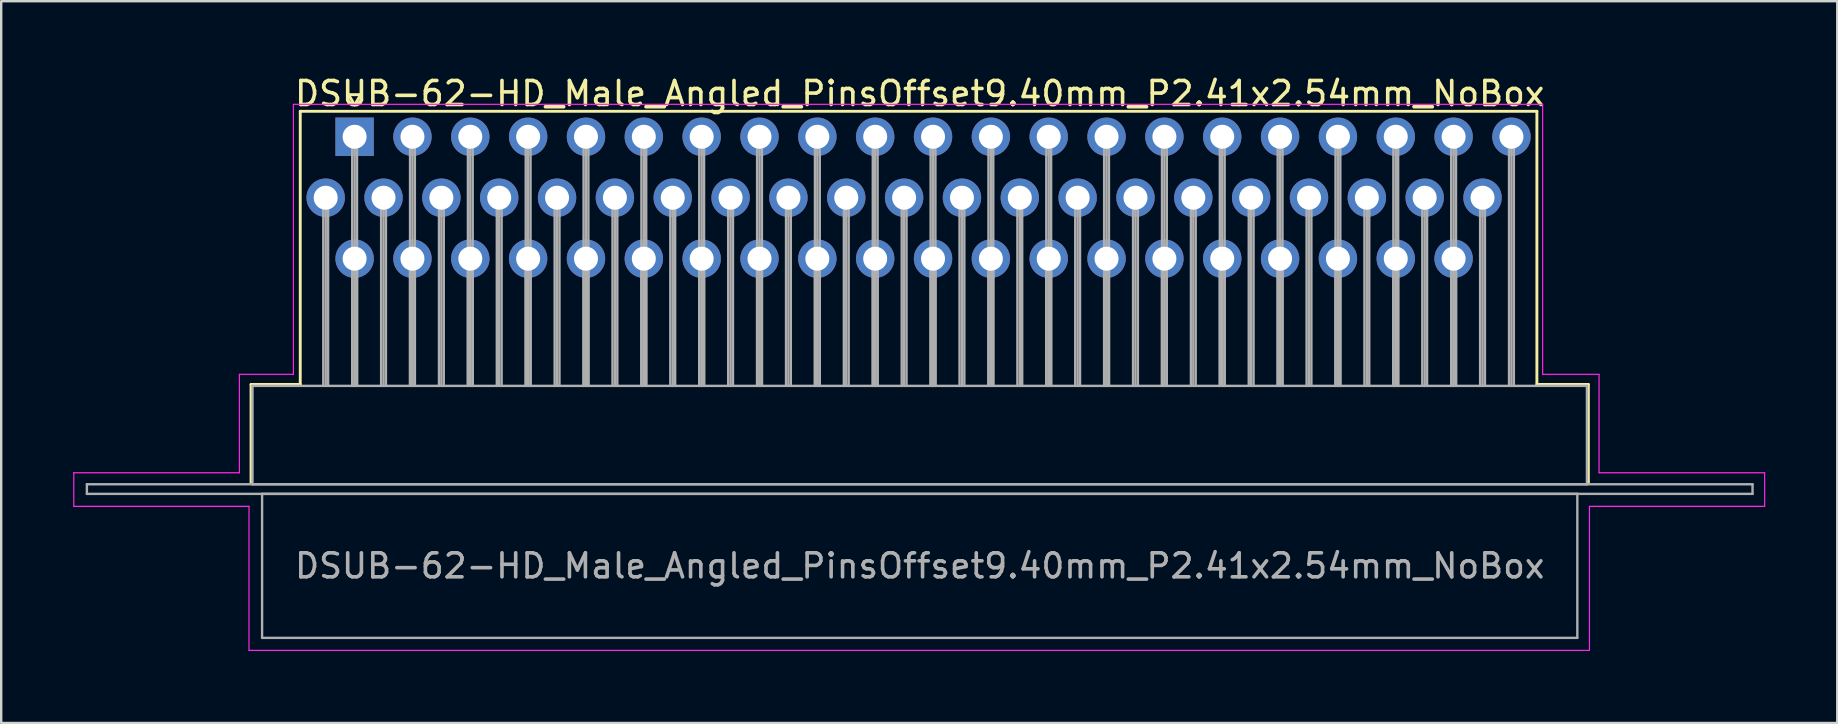
<source format=kicad_pcb>
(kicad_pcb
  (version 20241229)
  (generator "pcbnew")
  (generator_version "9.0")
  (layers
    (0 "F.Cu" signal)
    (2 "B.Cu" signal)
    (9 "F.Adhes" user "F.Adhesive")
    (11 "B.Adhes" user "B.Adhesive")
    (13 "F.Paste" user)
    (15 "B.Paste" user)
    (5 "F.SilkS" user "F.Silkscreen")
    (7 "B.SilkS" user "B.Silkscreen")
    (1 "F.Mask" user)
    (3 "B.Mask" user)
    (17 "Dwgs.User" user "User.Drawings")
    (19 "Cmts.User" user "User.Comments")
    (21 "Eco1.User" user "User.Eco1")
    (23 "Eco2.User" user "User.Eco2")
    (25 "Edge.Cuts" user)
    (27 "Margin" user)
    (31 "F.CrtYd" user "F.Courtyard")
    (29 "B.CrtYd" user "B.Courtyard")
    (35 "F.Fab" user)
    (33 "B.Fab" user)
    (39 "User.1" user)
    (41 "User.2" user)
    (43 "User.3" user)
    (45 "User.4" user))
  (footprint "DSUB-62-HD_Male_Angled_PinsOffset9.40mm_P2.41x2.54mm_NoBox"
    (layer "F.Cu")
    (at 11.725 2.648)
    (property "Reference" "DSUB-62-HD_Male_Angled_PinsOffset9.40mm_P2.41x2.54mm_NoBox" (at 23.545 -1.8 0) (layer "F.SilkS") (effects (font (size 1 1) (thickness 0.15))))
    (attr through_hole)
    (fp_line (start -4.315 10.32) (end -2.265 10.32) (stroke (width 0.12) (type solid)) (layer "F.SilkS"))
    (fp_line (start -4.315 14.42) (end -4.315 10.32) (stroke (width 0.12) (type solid)) (layer "F.SilkS"))
    (fp_line (start -2.265 -1.06) (end 49.26 -1.06) (stroke (width 0.12) (type solid)) (layer "F.SilkS"))
    (fp_line (start -2.265 10.32) (end -2.265 -1.06) (stroke (width 0.12) (type solid)) (layer "F.SilkS"))
    (fp_line (start -0.25 -1.754) (end 0.25 -1.754) (stroke (width 0.12) (type solid)) (layer "F.SilkS"))
    (fp_line (start 0 -1.321) (end -0.25 -1.754) (stroke (width 0.12) (type solid)) (layer "F.SilkS"))
    (fp_line (start 0.25 -1.754) (end 0 -1.321) (stroke (width 0.12) (type solid)) (layer "F.SilkS"))
    (fp_line (start 49.26 -1.06) (end 49.26 10.32) (stroke (width 0.12) (type solid)) (layer "F.SilkS"))
    (fp_line (start 49.26 10.32) (end 51.405 10.32) (stroke (width 0.12) (type solid)) (layer "F.SilkS"))
    (fp_line (start 51.405 10.32) (end 51.405 14.42) (stroke (width 0.12) (type solid)) (layer "F.SilkS"))
    (fp_line (start -11.7 14) (end -4.8 14) (stroke (width 0.05) (type solid)) (layer "F.CrtYd"))
    (fp_line (start -11.7 15.4) (end -11.7 14) (stroke (width 0.05) (type solid)) (layer "F.CrtYd"))
    (fp_line (start -4.8 9.9) (end -2.55 9.9) (stroke (width 0.05) (type solid)) (layer "F.CrtYd"))
    (fp_line (start -4.8 14) (end -4.8 9.9) (stroke (width 0.05) (type solid)) (layer "F.CrtYd"))
    (fp_line (start -4.4 15.4) (end -11.7 15.4) (stroke (width 0.05) (type solid)) (layer "F.CrtYd"))
    (fp_line (start -4.4 21.4) (end -4.4 15.4) (stroke (width 0.05) (type solid)) (layer "F.CrtYd"))
    (fp_line (start -2.55 -1.35) (end 49.5 -1.35) (stroke (width 0.05) (type solid)) (layer "F.CrtYd"))
    (fp_line (start -2.55 9.9) (end -2.55 -1.35) (stroke (width 0.05) (type solid)) (layer "F.CrtYd"))
    (fp_line (start 49.5 -1.35) (end 49.5 9.9) (stroke (width 0.05) (type solid)) (layer "F.CrtYd"))
    (fp_line (start 49.5 9.9) (end 51.85 9.9) (stroke (width 0.05) (type solid)) (layer "F.CrtYd"))
    (fp_line (start 51.45 15.4) (end 51.45 21.4) (stroke (width 0.05) (type solid)) (layer "F.CrtYd"))
    (fp_line (start 51.45 21.4) (end -4.4 21.4) (stroke (width 0.05) (type solid)) (layer "F.CrtYd"))
    (fp_line (start 51.85 9.9) (end 51.85 14) (stroke (width 0.05) (type solid)) (layer "F.CrtYd"))
    (fp_line (start 51.85 14) (end 58.75 14) (stroke (width 0.05) (type solid)) (layer "F.CrtYd"))
    (fp_line (start 58.75 14) (end 58.75 15.4) (stroke (width 0.05) (type solid)) (layer "F.CrtYd"))
    (fp_line (start 58.75 15.4) (end 51.45 15.4) (stroke (width 0.05) (type solid)) (layer "F.CrtYd"))
    (fp_line (start -11.155 14.48) (end -11.155 14.88) (stroke (width 0.1) (type solid)) (layer "F.Fab"))
    (fp_line (start -11.155 14.88) (end 58.245 14.88) (stroke (width 0.1) (type solid)) (layer "F.Fab"))
    (fp_line (start -4.255 10.38) (end -4.255 14.48) (stroke (width 0.1) (type solid)) (layer "F.Fab"))
    (fp_line (start -4.255 14.48) (end 51.345 14.48) (stroke (width 0.1) (type solid)) (layer "F.Fab"))
    (fp_line (start -3.855 14.88) (end -3.855 20.88) (stroke (width 0.1) (type solid)) (layer "F.Fab"))
    (fp_line (start -3.855 20.88) (end 50.945 20.88) (stroke (width 0.1) (type solid)) (layer "F.Fab"))
    (fp_line (start -1.305 2.54) (end -1.305 10.38) (stroke (width 0.1) (type solid)) (layer "F.Fab"))
    (fp_line (start -1.205 2.54) (end -1.205 10.38) (stroke (width 0.1) (type solid)) (layer "F.Fab"))
    (fp_line (start -1.105 2.54) (end -1.105 10.38) (stroke (width 0.1) (type solid)) (layer "F.Fab"))
    (fp_line (start -0.1 0) (end -0.1 10.38) (stroke (width 0.1) (type solid)) (layer "F.Fab"))
    (fp_line (start -0.1 5.08) (end -0.1 10.38) (stroke (width 0.1) (type solid)) (layer "F.Fab"))
    (fp_line (start 0 0) (end 0 10.38) (stroke (width 0.1) (type solid)) (layer "F.Fab"))
    (fp_line (start 0 5.08) (end 0 10.38) (stroke (width 0.1) (type solid)) (layer "F.Fab"))
    (fp_line (start 0.1 0) (end 0.1 10.38) (stroke (width 0.1) (type solid)) (layer "F.Fab"))
    (fp_line (start 0.1 5.08) (end 0.1 10.38) (stroke (width 0.1) (type solid)) (layer "F.Fab"))
    (fp_line (start 1.105 2.54) (end 1.105 10.38) (stroke (width 0.1) (type solid)) (layer "F.Fab"))
    (fp_line (start 1.205 2.54) (end 1.205 10.38) (stroke (width 0.1) (type solid)) (layer "F.Fab"))
    (fp_line (start 1.305 2.54) (end 1.305 10.38) (stroke (width 0.1) (type solid)) (layer "F.Fab"))
    (fp_line (start 2.31 0) (end 2.31 10.38) (stroke (width 0.1) (type solid)) (layer "F.Fab"))
    (fp_line (start 2.31 5.08) (end 2.31 10.38) (stroke (width 0.1) (type solid)) (layer "F.Fab"))
    (fp_line (start 2.41 0) (end 2.41 10.38) (stroke (width 0.1) (type solid)) (layer "F.Fab"))
    (fp_line (start 2.41 5.08) (end 2.41 10.38) (stroke (width 0.1) (type solid)) (layer "F.Fab"))
    (fp_line (start 2.51 0) (end 2.51 10.38) (stroke (width 0.1) (type solid)) (layer "F.Fab"))
    (fp_line (start 2.51 5.08) (end 2.51 10.38) (stroke (width 0.1) (type solid)) (layer "F.Fab"))
    (fp_line (start 3.515 2.54) (end 3.515 10.38) (stroke (width 0.1) (type solid)) (layer "F.Fab"))
    (fp_line (start 3.615 2.54) (end 3.615 10.38) (stroke (width 0.1) (type solid)) (layer "F.Fab"))
    (fp_line (start 3.715 2.54) (end 3.715 10.38) (stroke (width 0.1) (type solid)) (layer "F.Fab"))
    (fp_line (start 4.72 0) (end 4.72 10.38) (stroke (width 0.1) (type solid)) (layer "F.Fab"))
    (fp_line (start 4.72 5.08) (end 4.72 10.38) (stroke (width 0.1) (type solid)) (layer "F.Fab"))
    (fp_line (start 4.82 0) (end 4.82 10.38) (stroke (width 0.1) (type solid)) (layer "F.Fab"))
    (fp_line (start 4.82 5.08) (end 4.82 10.38) (stroke (width 0.1) (type solid)) (layer "F.Fab"))
    (fp_line (start 4.92 0) (end 4.92 10.38) (stroke (width 0.1) (type solid)) (layer "F.Fab"))
    (fp_line (start 4.92 5.08) (end 4.92 10.38) (stroke (width 0.1) (type solid)) (layer "F.Fab"))
    (fp_line (start 5.925 2.54) (end 5.925 10.38) (stroke (width 0.1) (type solid)) (layer "F.Fab"))
    (fp_line (start 6.025 2.54) (end 6.025 10.38) (stroke (width 0.1) (type solid)) (layer "F.Fab"))
    (fp_line (start 6.125 2.54) (end 6.125 10.38) (stroke (width 0.1) (type solid)) (layer "F.Fab"))
    (fp_line (start 7.13 0) (end 7.13 10.38) (stroke (width 0.1) (type solid)) (layer "F.Fab"))
    (fp_line (start 7.13 5.08) (end 7.13 10.38) (stroke (width 0.1) (type solid)) (layer "F.Fab"))
    (fp_line (start 7.23 0) (end 7.23 10.38) (stroke (width 0.1) (type solid)) (layer "F.Fab"))
    (fp_line (start 7.23 5.08) (end 7.23 10.38) (stroke (width 0.1) (type solid)) (layer "F.Fab"))
    (fp_line (start 7.33 0) (end 7.33 10.38) (stroke (width 0.1) (type solid)) (layer "F.Fab"))
    (fp_line (start 7.33 5.08) (end 7.33 10.38) (stroke (width 0.1) (type solid)) (layer "F.Fab"))
    (fp_line (start 8.335 2.54) (end 8.335 10.38) (stroke (width 0.1) (type solid)) (layer "F.Fab"))
    (fp_line (start 8.435 2.54) (end 8.435 10.38) (stroke (width 0.1) (type solid)) (layer "F.Fab"))
    (fp_line (start 8.535 2.54) (end 8.535 10.38) (stroke (width 0.1) (type solid)) (layer "F.Fab"))
    (fp_line (start 9.54 0) (end 9.54 10.38) (stroke (width 0.1) (type solid)) (layer "F.Fab"))
    (fp_line (start 9.54 5.08) (end 9.54 10.38) (stroke (width 0.1) (type solid)) (layer "F.Fab"))
    (fp_line (start 9.64 0) (end 9.64 10.38) (stroke (width 0.1) (type solid)) (layer "F.Fab"))
    (fp_line (start 9.64 5.08) (end 9.64 10.38) (stroke (width 0.1) (type solid)) (layer "F.Fab"))
    (fp_line (start 9.74 0) (end 9.74 10.38) (stroke (width 0.1) (type solid)) (layer "F.Fab"))
    (fp_line (start 9.74 5.08) (end 9.74 10.38) (stroke (width 0.1) (type solid)) (layer "F.Fab"))
    (fp_line (start 10.745 2.54) (end 10.745 10.38) (stroke (width 0.1) (type solid)) (layer "F.Fab"))
    (fp_line (start 10.845 2.54) (end 10.845 10.38) (stroke (width 0.1) (type solid)) (layer "F.Fab"))
    (fp_line (start 10.945 2.54) (end 10.945 10.38) (stroke (width 0.1) (type solid)) (layer "F.Fab"))
    (fp_line (start 11.95 0) (end 11.95 10.38) (stroke (width 0.1) (type solid)) (layer "F.Fab"))
    (fp_line (start 11.95 5.08) (end 11.95 10.38) (stroke (width 0.1) (type solid)) (layer "F.Fab"))
    (fp_line (start 12.05 0) (end 12.05 10.38) (stroke (width 0.1) (type solid)) (layer "F.Fab"))
    (fp_line (start 12.05 5.08) (end 12.05 10.38) (stroke (width 0.1) (type solid)) (layer "F.Fab"))
    (fp_line (start 12.15 0) (end 12.15 10.38) (stroke (width 0.1) (type solid)) (layer "F.Fab"))
    (fp_line (start 12.15 5.08) (end 12.15 10.38) (stroke (width 0.1) (type solid)) (layer "F.Fab"))
    (fp_line (start 13.155 2.54) (end 13.155 10.38) (stroke (width 0.1) (type solid)) (layer "F.Fab"))
    (fp_line (start 13.255 2.54) (end 13.255 10.38) (stroke (width 0.1) (type solid)) (layer "F.Fab"))
    (fp_line (start 13.355 2.54) (end 13.355 10.38) (stroke (width 0.1) (type solid)) (layer "F.Fab"))
    (fp_line (start 14.36 0) (end 14.36 10.38) (stroke (width 0.1) (type solid)) (layer "F.Fab"))
    (fp_line (start 14.36 5.08) (end 14.36 10.38) (stroke (width 0.1) (type solid)) (layer "F.Fab"))
    (fp_line (start 14.46 0) (end 14.46 10.38) (stroke (width 0.1) (type solid)) (layer "F.Fab"))
    (fp_line (start 14.46 5.08) (end 14.46 10.38) (stroke (width 0.1) (type solid)) (layer "F.Fab"))
    (fp_line (start 14.56 0) (end 14.56 10.38) (stroke (width 0.1) (type solid)) (layer "F.Fab"))
    (fp_line (start 14.56 5.08) (end 14.56 10.38) (stroke (width 0.1) (type solid)) (layer "F.Fab"))
    (fp_line (start 15.565 2.54) (end 15.565 10.38) (stroke (width 0.1) (type solid)) (layer "F.Fab"))
    (fp_line (start 15.665 2.54) (end 15.665 10.38) (stroke (width 0.1) (type solid)) (layer "F.Fab"))
    (fp_line (start 15.765 2.54) (end 15.765 10.38) (stroke (width 0.1) (type solid)) (layer "F.Fab"))
    (fp_line (start 16.77 0) (end 16.77 10.38) (stroke (width 0.1) (type solid)) (layer "F.Fab"))
    (fp_line (start 16.77 5.08) (end 16.77 10.38) (stroke (width 0.1) (type solid)) (layer "F.Fab"))
    (fp_line (start 16.87 0) (end 16.87 10.38) (stroke (width 0.1) (type solid)) (layer "F.Fab"))
    (fp_line (start 16.87 5.08) (end 16.87 10.38) (stroke (width 0.1) (type solid)) (layer "F.Fab"))
    (fp_line (start 16.97 0) (end 16.97 10.38) (stroke (width 0.1) (type solid)) (layer "F.Fab"))
    (fp_line (start 16.97 5.08) (end 16.97 10.38) (stroke (width 0.1) (type solid)) (layer "F.Fab"))
    (fp_line (start 17.975 2.54) (end 17.975 10.38) (stroke (width 0.1) (type solid)) (layer "F.Fab"))
    (fp_line (start 18.075 2.54) (end 18.075 10.38) (stroke (width 0.1) (type solid)) (layer "F.Fab"))
    (fp_line (start 18.175 2.54) (end 18.175 10.38) (stroke (width 0.1) (type solid)) (layer "F.Fab"))
    (fp_line (start 19.18 0) (end 19.18 10.38) (stroke (width 0.1) (type solid)) (layer "F.Fab"))
    (fp_line (start 19.18 5.08) (end 19.18 10.38) (stroke (width 0.1) (type solid)) (layer "F.Fab"))
    (fp_line (start 19.28 0) (end 19.28 10.38) (stroke (width 0.1) (type solid)) (layer "F.Fab"))
    (fp_line (start 19.28 5.08) (end 19.28 10.38) (stroke (width 0.1) (type solid)) (layer "F.Fab"))
    (fp_line (start 19.38 0) (end 19.38 10.38) (stroke (width 0.1) (type solid)) (layer "F.Fab"))
    (fp_line (start 19.38 5.08) (end 19.38 10.38) (stroke (width 0.1) (type solid)) (layer "F.Fab"))
    (fp_line (start 20.385 2.54) (end 20.385 10.38) (stroke (width 0.1) (type solid)) (layer "F.Fab"))
    (fp_line (start 20.485 2.54) (end 20.485 10.38) (stroke (width 0.1) (type solid)) (layer "F.Fab"))
    (fp_line (start 20.585 2.54) (end 20.585 10.38) (stroke (width 0.1) (type solid)) (layer "F.Fab"))
    (fp_line (start 21.59 0) (end 21.59 10.38) (stroke (width 0.1) (type solid)) (layer "F.Fab"))
    (fp_line (start 21.59 5.08) (end 21.59 10.38) (stroke (width 0.1) (type solid)) (layer "F.Fab"))
    (fp_line (start 21.69 0) (end 21.69 10.38) (stroke (width 0.1) (type solid)) (layer "F.Fab"))
    (fp_line (start 21.69 5.08) (end 21.69 10.38) (stroke (width 0.1) (type solid)) (layer "F.Fab"))
    (fp_line (start 21.79 0) (end 21.79 10.38) (stroke (width 0.1) (type solid)) (layer "F.Fab"))
    (fp_line (start 21.79 5.08) (end 21.79 10.38) (stroke (width 0.1) (type solid)) (layer "F.Fab"))
    (fp_line (start 22.795 2.54) (end 22.795 10.38) (stroke (width 0.1) (type solid)) (layer "F.Fab"))
    (fp_line (start 22.895 2.54) (end 22.895 10.38) (stroke (width 0.1) (type solid)) (layer "F.Fab"))
    (fp_line (start 22.995 2.54) (end 22.995 10.38) (stroke (width 0.1) (type solid)) (layer "F.Fab"))
    (fp_line (start 24 0) (end 24 10.38) (stroke (width 0.1) (type solid)) (layer "F.Fab"))
    (fp_line (start 24 5.08) (end 24 10.38) (stroke (width 0.1) (type solid)) (layer "F.Fab"))
    (fp_line (start 24.1 0) (end 24.1 10.38) (stroke (width 0.1) (type solid)) (layer "F.Fab"))
    (fp_line (start 24.1 5.08) (end 24.1 10.38) (stroke (width 0.1) (type solid)) (layer "F.Fab"))
    (fp_line (start 24.2 0) (end 24.2 10.38) (stroke (width 0.1) (type solid)) (layer "F.Fab"))
    (fp_line (start 24.2 5.08) (end 24.2 10.38) (stroke (width 0.1) (type solid)) (layer "F.Fab"))
    (fp_line (start 25.205 2.54) (end 25.205 10.38) (stroke (width 0.1) (type solid)) (layer "F.Fab"))
    (fp_line (start 25.305 2.54) (end 25.305 10.38) (stroke (width 0.1) (type solid)) (layer "F.Fab"))
    (fp_line (start 25.405 2.54) (end 25.405 10.38) (stroke (width 0.1) (type solid)) (layer "F.Fab"))
    (fp_line (start 26.41 0) (end 26.41 10.38) (stroke (width 0.1) (type solid)) (layer "F.Fab"))
    (fp_line (start 26.41 5.08) (end 26.41 10.38) (stroke (width 0.1) (type solid)) (layer "F.Fab"))
    (fp_line (start 26.51 0) (end 26.51 10.38) (stroke (width 0.1) (type solid)) (layer "F.Fab"))
    (fp_line (start 26.51 5.08) (end 26.51 10.38) (stroke (width 0.1) (type solid)) (layer "F.Fab"))
    (fp_line (start 26.61 0) (end 26.61 10.38) (stroke (width 0.1) (type solid)) (layer "F.Fab"))
    (fp_line (start 26.61 5.08) (end 26.61 10.38) (stroke (width 0.1) (type solid)) (layer "F.Fab"))
    (fp_line (start 27.615 2.54) (end 27.615 10.38) (stroke (width 0.1) (type solid)) (layer "F.Fab"))
    (fp_line (start 27.715 2.54) (end 27.715 10.38) (stroke (width 0.1) (type solid)) (layer "F.Fab"))
    (fp_line (start 27.815 2.54) (end 27.815 10.38) (stroke (width 0.1) (type solid)) (layer "F.Fab"))
    (fp_line (start 28.82 0) (end 28.82 10.38) (stroke (width 0.1) (type solid)) (layer "F.Fab"))
    (fp_line (start 28.82 5.08) (end 28.82 10.38) (stroke (width 0.1) (type solid)) (layer "F.Fab"))
    (fp_line (start 28.92 0) (end 28.92 10.38) (stroke (width 0.1) (type solid)) (layer "F.Fab"))
    (fp_line (start 28.92 5.08) (end 28.92 10.38) (stroke (width 0.1) (type solid)) (layer "F.Fab"))
    (fp_line (start 29.02 0) (end 29.02 10.38) (stroke (width 0.1) (type solid)) (layer "F.Fab"))
    (fp_line (start 29.02 5.08) (end 29.02 10.38) (stroke (width 0.1) (type solid)) (layer "F.Fab"))
    (fp_line (start 30.025 2.54) (end 30.025 10.38) (stroke (width 0.1) (type solid)) (layer "F.Fab"))
    (fp_line (start 30.125 2.54) (end 30.125 10.38) (stroke (width 0.1) (type solid)) (layer "F.Fab"))
    (fp_line (start 30.225 2.54) (end 30.225 10.38) (stroke (width 0.1) (type solid)) (layer "F.Fab"))
    (fp_line (start 31.23 0) (end 31.23 10.38) (stroke (width 0.1) (type solid)) (layer "F.Fab"))
    (fp_line (start 31.23 5.08) (end 31.23 10.38) (stroke (width 0.1) (type solid)) (layer "F.Fab"))
    (fp_line (start 31.33 0) (end 31.33 10.38) (stroke (width 0.1) (type solid)) (layer "F.Fab"))
    (fp_line (start 31.33 5.08) (end 31.33 10.38) (stroke (width 0.1) (type solid)) (layer "F.Fab"))
    (fp_line (start 31.43 0) (end 31.43 10.38) (stroke (width 0.1) (type solid)) (layer "F.Fab"))
    (fp_line (start 31.43 5.08) (end 31.43 10.38) (stroke (width 0.1) (type solid)) (layer "F.Fab"))
    (fp_line (start 32.435 2.54) (end 32.435 10.38) (stroke (width 0.1) (type solid)) (layer "F.Fab"))
    (fp_line (start 32.535 2.54) (end 32.535 10.38) (stroke (width 0.1) (type solid)) (layer "F.Fab"))
    (fp_line (start 32.635 2.54) (end 32.635 10.38) (stroke (width 0.1) (type solid)) (layer "F.Fab"))
    (fp_line (start 33.64 0) (end 33.64 10.38) (stroke (width 0.1) (type solid)) (layer "F.Fab"))
    (fp_line (start 33.64 5.08) (end 33.64 10.38) (stroke (width 0.1) (type solid)) (layer "F.Fab"))
    (fp_line (start 33.74 0) (end 33.74 10.38) (stroke (width 0.1) (type solid)) (layer "F.Fab"))
    (fp_line (start 33.74 5.08) (end 33.74 10.38) (stroke (width 0.1) (type solid)) (layer "F.Fab"))
    (fp_line (start 33.84 0) (end 33.84 10.38) (stroke (width 0.1) (type solid)) (layer "F.Fab"))
    (fp_line (start 33.84 5.08) (end 33.84 10.38) (stroke (width 0.1) (type solid)) (layer "F.Fab"))
    (fp_line (start 34.845 2.54) (end 34.845 10.38) (stroke (width 0.1) (type solid)) (layer "F.Fab"))
    (fp_line (start 34.945 2.54) (end 34.945 10.38) (stroke (width 0.1) (type solid)) (layer "F.Fab"))
    (fp_line (start 35.045 2.54) (end 35.045 10.38) (stroke (width 0.1) (type solid)) (layer "F.Fab"))
    (fp_line (start 36.05 0) (end 36.05 10.38) (stroke (width 0.1) (type solid)) (layer "F.Fab"))
    (fp_line (start 36.05 5.08) (end 36.05 10.38) (stroke (width 0.1) (type solid)) (layer "F.Fab"))
    (fp_line (start 36.15 0) (end 36.15 10.38) (stroke (width 0.1) (type solid)) (layer "F.Fab"))
    (fp_line (start 36.15 5.08) (end 36.15 10.38) (stroke (width 0.1) (type solid)) (layer "F.Fab"))
    (fp_line (start 36.25 0) (end 36.25 10.38) (stroke (width 0.1) (type solid)) (layer "F.Fab"))
    (fp_line (start 36.25 5.08) (end 36.25 10.38) (stroke (width 0.1) (type solid)) (layer "F.Fab"))
    (fp_line (start 37.255 2.54) (end 37.255 10.38) (stroke (width 0.1) (type solid)) (layer "F.Fab"))
    (fp_line (start 37.355 2.54) (end 37.355 10.38) (stroke (width 0.1) (type solid)) (layer "F.Fab"))
    (fp_line (start 37.455 2.54) (end 37.455 10.38) (stroke (width 0.1) (type solid)) (layer "F.Fab"))
    (fp_line (start 38.46 0) (end 38.46 10.38) (stroke (width 0.1) (type solid)) (layer "F.Fab"))
    (fp_line (start 38.46 5.08) (end 38.46 10.38) (stroke (width 0.1) (type solid)) (layer "F.Fab"))
    (fp_line (start 38.56 0) (end 38.56 10.38) (stroke (width 0.1) (type solid)) (layer "F.Fab"))
    (fp_line (start 38.56 5.08) (end 38.56 10.38) (stroke (width 0.1) (type solid)) (layer "F.Fab"))
    (fp_line (start 38.66 0) (end 38.66 10.38) (stroke (width 0.1) (type solid)) (layer "F.Fab"))
    (fp_line (start 38.66 5.08) (end 38.66 10.38) (stroke (width 0.1) (type solid)) (layer "F.Fab"))
    (fp_line (start 39.665 2.54) (end 39.665 10.38) (stroke (width 0.1) (type solid)) (layer "F.Fab"))
    (fp_line (start 39.765 2.54) (end 39.765 10.38) (stroke (width 0.1) (type solid)) (layer "F.Fab"))
    (fp_line (start 39.865 2.54) (end 39.865 10.38) (stroke (width 0.1) (type solid)) (layer "F.Fab"))
    (fp_line (start 40.87 0) (end 40.87 10.38) (stroke (width 0.1) (type solid)) (layer "F.Fab"))
    (fp_line (start 40.87 5.08) (end 40.87 10.38) (stroke (width 0.1) (type solid)) (layer "F.Fab"))
    (fp_line (start 40.97 0) (end 40.97 10.38) (stroke (width 0.1) (type solid)) (layer "F.Fab"))
    (fp_line (start 40.97 5.08) (end 40.97 10.38) (stroke (width 0.1) (type solid)) (layer "F.Fab"))
    (fp_line (start 41.07 0) (end 41.07 10.38) (stroke (width 0.1) (type solid)) (layer "F.Fab"))
    (fp_line (start 41.07 5.08) (end 41.07 10.38) (stroke (width 0.1) (type solid)) (layer "F.Fab"))
    (fp_line (start 42.075 2.54) (end 42.075 10.38) (stroke (width 0.1) (type solid)) (layer "F.Fab"))
    (fp_line (start 42.175 2.54) (end 42.175 10.38) (stroke (width 0.1) (type solid)) (layer "F.Fab"))
    (fp_line (start 42.275 2.54) (end 42.275 10.38) (stroke (width 0.1) (type solid)) (layer "F.Fab"))
    (fp_line (start 43.28 0) (end 43.28 10.38) (stroke (width 0.1) (type solid)) (layer "F.Fab"))
    (fp_line (start 43.28 5.08) (end 43.28 10.38) (stroke (width 0.1) (type solid)) (layer "F.Fab"))
    (fp_line (start 43.38 0) (end 43.38 10.38) (stroke (width 0.1) (type solid)) (layer "F.Fab"))
    (fp_line (start 43.38 5.08) (end 43.38 10.38) (stroke (width 0.1) (type solid)) (layer "F.Fab"))
    (fp_line (start 43.48 0) (end 43.48 10.38) (stroke (width 0.1) (type solid)) (layer "F.Fab"))
    (fp_line (start 43.48 5.08) (end 43.48 10.38) (stroke (width 0.1) (type solid)) (layer "F.Fab"))
    (fp_line (start 44.485 2.54) (end 44.485 10.38) (stroke (width 0.1) (type solid)) (layer "F.Fab"))
    (fp_line (start 44.585 2.54) (end 44.585 10.38) (stroke (width 0.1) (type solid)) (layer "F.Fab"))
    (fp_line (start 44.685 2.54) (end 44.685 10.38) (stroke (width 0.1) (type solid)) (layer "F.Fab"))
    (fp_line (start 45.69 0) (end 45.69 10.38) (stroke (width 0.1) (type solid)) (layer "F.Fab"))
    (fp_line (start 45.69 5.08) (end 45.69 10.38) (stroke (width 0.1) (type solid)) (layer "F.Fab"))
    (fp_line (start 45.79 0) (end 45.79 10.38) (stroke (width 0.1) (type solid)) (layer "F.Fab"))
    (fp_line (start 45.79 5.08) (end 45.79 10.38) (stroke (width 0.1) (type solid)) (layer "F.Fab"))
    (fp_line (start 45.89 0) (end 45.89 10.38) (stroke (width 0.1) (type solid)) (layer "F.Fab"))
    (fp_line (start 45.89 5.08) (end 45.89 10.38) (stroke (width 0.1) (type solid)) (layer "F.Fab"))
    (fp_line (start 46.895 2.54) (end 46.895 10.38) (stroke (width 0.1) (type solid)) (layer "F.Fab"))
    (fp_line (start 46.995 2.54) (end 46.995 10.38) (stroke (width 0.1) (type solid)) (layer "F.Fab"))
    (fp_line (start 47.095 2.54) (end 47.095 10.38) (stroke (width 0.1) (type solid)) (layer "F.Fab"))
    (fp_line (start 48.1 0) (end 48.1 10.38) (stroke (width 0.1) (type solid)) (layer "F.Fab"))
    (fp_line (start 48.2 0) (end 48.2 10.38) (stroke (width 0.1) (type solid)) (layer "F.Fab"))
    (fp_line (start 48.3 0) (end 48.3 10.38) (stroke (width 0.1) (type solid)) (layer "F.Fab"))
    (fp_line (start 50.945 14.88) (end -3.855 14.88) (stroke (width 0.1) (type solid)) (layer "F.Fab"))
    (fp_line (start 50.945 20.88) (end 50.945 14.88) (stroke (width 0.1) (type solid)) (layer "F.Fab"))
    (fp_line (start 51.345 10.38) (end -4.255 10.38) (stroke (width 0.1) (type solid)) (layer "F.Fab"))
    (fp_line (start 51.345 14.48) (end 51.345 10.38) (stroke (width 0.1) (type solid)) (layer "F.Fab"))
    (fp_line (start 58.245 14.48) (end -11.155 14.48) (stroke (width 0.1) (type solid)) (layer "F.Fab"))
    (fp_line (start 58.245 14.88) (end 58.245 14.48) (stroke (width 0.1) (type solid)) (layer "F.Fab"))
    (fp_text user "${REFERENCE}" (at 23.545 17.88 0) (layer "F.Fab") (effects (font (size 1 1) (thickness 0.15))))
    (pad "1" thru_hole rect (at 0 0) (size 1.6 1.6) (drill 1) (layers "*.Cu" "*.Mask"))
    (pad "2" thru_hole circle (at 2.41 0) (size 1.6 1.6) (drill 1) (layers "*.Cu" "*.Mask"))
    (pad "3" thru_hole circle (at 4.82 0) (size 1.6 1.6) (drill 1) (layers "*.Cu" "*.Mask"))
    (pad "4" thru_hole circle (at 7.23 0) (size 1.6 1.6) (drill 1) (layers "*.Cu" "*.Mask"))
    (pad "5" thru_hole circle (at 9.64 0) (size 1.6 1.6) (drill 1) (layers "*.Cu" "*.Mask"))
    (pad "6" thru_hole circle (at 12.05 0) (size 1.6 1.6) (drill 1) (layers "*.Cu" "*.Mask"))
    (pad "7" thru_hole circle (at 14.46 0) (size 1.6 1.6) (drill 1) (layers "*.Cu" "*.Mask"))
    (pad "8" thru_hole circle (at 16.87 0) (size 1.6 1.6) (drill 1) (layers "*.Cu" "*.Mask"))
    (pad "9" thru_hole circle (at 19.28 0) (size 1.6 1.6) (drill 1) (layers "*.Cu" "*.Mask"))
    (pad "10" thru_hole circle (at 21.69 0) (size 1.6 1.6) (drill 1) (layers "*.Cu" "*.Mask"))
    (pad "11" thru_hole circle (at 24.1 0) (size 1.6 1.6) (drill 1) (layers "*.Cu" "*.Mask"))
    (pad "12" thru_hole circle (at 26.51 0) (size 1.6 1.6) (drill 1) (layers "*.Cu" "*.Mask"))
    (pad "13" thru_hole circle (at 28.92 0) (size 1.6 1.6) (drill 1) (layers "*.Cu" "*.Mask"))
    (pad "14" thru_hole circle (at 31.33 0) (size 1.6 1.6) (drill 1) (layers "*.Cu" "*.Mask"))
    (pad "15" thru_hole circle (at 33.74 0) (size 1.6 1.6) (drill 1) (layers "*.Cu" "*.Mask"))
    (pad "16" thru_hole circle (at 36.15 0) (size 1.6 1.6) (drill 1) (layers "*.Cu" "*.Mask"))
    (pad "17" thru_hole circle (at 38.56 0) (size 1.6 1.6) (drill 1) (layers "*.Cu" "*.Mask"))
    (pad "18" thru_hole circle (at 40.97 0) (size 1.6 1.6) (drill 1) (layers "*.Cu" "*.Mask"))
    (pad "19" thru_hole circle (at 43.38 0) (size 1.6 1.6) (drill 1) (layers "*.Cu" "*.Mask"))
    (pad "20" thru_hole circle (at 45.79 0) (size 1.6 1.6) (drill 1) (layers "*.Cu" "*.Mask"))
    (pad "21" thru_hole circle (at 48.2 0) (size 1.6 1.6) (drill 1) (layers "*.Cu" "*.Mask"))
    (pad "22" thru_hole circle (at -1.205 2.54) (size 1.6 1.6) (drill 1) (layers "*.Cu" "*.Mask"))
    (pad "23" thru_hole circle (at 1.205 2.54) (size 1.6 1.6) (drill 1) (layers "*.Cu" "*.Mask"))
    (pad "24" thru_hole circle (at 3.615 2.54) (size 1.6 1.6) (drill 1) (layers "*.Cu" "*.Mask"))
    (pad "25" thru_hole circle (at 6.025 2.54) (size 1.6 1.6) (drill 1) (layers "*.Cu" "*.Mask"))
    (pad "26" thru_hole circle (at 8.435 2.54) (size 1.6 1.6) (drill 1) (layers "*.Cu" "*.Mask"))
    (pad "27" thru_hole circle (at 10.845 2.54) (size 1.6 1.6) (drill 1) (layers "*.Cu" "*.Mask"))
    (pad "28" thru_hole circle (at 13.255 2.54) (size 1.6 1.6) (drill 1) (layers "*.Cu" "*.Mask"))
    (pad "29" thru_hole circle (at 15.665 2.54) (size 1.6 1.6) (drill 1) (layers "*.Cu" "*.Mask"))
    (pad "30" thru_hole circle (at 18.075 2.54) (size 1.6 1.6) (drill 1) (layers "*.Cu" "*.Mask"))
    (pad "31" thru_hole circle (at 20.485 2.54) (size 1.6 1.6) (drill 1) (layers "*.Cu" "*.Mask"))
    (pad "32" thru_hole circle (at 22.895 2.54) (size 1.6 1.6) (drill 1) (layers "*.Cu" "*.Mask"))
    (pad "33" thru_hole circle (at 25.305 2.54) (size 1.6 1.6) (drill 1) (layers "*.Cu" "*.Mask"))
    (pad "34" thru_hole circle (at 27.715 2.54) (size 1.6 1.6) (drill 1) (layers "*.Cu" "*.Mask"))
    (pad "35" thru_hole circle (at 30.125 2.54) (size 1.6 1.6) (drill 1) (layers "*.Cu" "*.Mask"))
    (pad "36" thru_hole circle (at 32.535 2.54) (size 1.6 1.6) (drill 1) (layers "*.Cu" "*.Mask"))
    (pad "37" thru_hole circle (at 34.945 2.54) (size 1.6 1.6) (drill 1) (layers "*.Cu" "*.Mask"))
    (pad "38" thru_hole circle (at 37.355 2.54) (size 1.6 1.6) (drill 1) (layers "*.Cu" "*.Mask"))
    (pad "39" thru_hole circle (at 39.765 2.54) (size 1.6 1.6) (drill 1) (layers "*.Cu" "*.Mask"))
    (pad "40" thru_hole circle (at 42.175 2.54) (size 1.6 1.6) (drill 1) (layers "*.Cu" "*.Mask"))
    (pad "41" thru_hole circle (at 44.585 2.54) (size 1.6 1.6) (drill 1) (layers "*.Cu" "*.Mask"))
    (pad "42" thru_hole circle (at 46.995 2.54) (size 1.6 1.6) (drill 1) (layers "*.Cu" "*.Mask"))
    (pad "43" thru_hole circle (at 0 5.08) (size 1.6 1.6) (drill 1) (layers "*.Cu" "*.Mask"))
    (pad "44" thru_hole circle (at 2.41 5.08) (size 1.6 1.6) (drill 1) (layers "*.Cu" "*.Mask"))
    (pad "45" thru_hole circle (at 4.82 5.08) (size 1.6 1.6) (drill 1) (layers "*.Cu" "*.Mask"))
    (pad "46" thru_hole circle (at 7.23 5.08) (size 1.6 1.6) (drill 1) (layers "*.Cu" "*.Mask"))
    (pad "47" thru_hole circle (at 9.64 5.08) (size 1.6 1.6) (drill 1) (layers "*.Cu" "*.Mask"))
    (pad "48" thru_hole circle (at 12.05 5.08) (size 1.6 1.6) (drill 1) (layers "*.Cu" "*.Mask"))
    (pad "49" thru_hole circle (at 14.46 5.08) (size 1.6 1.6) (drill 1) (layers "*.Cu" "*.Mask"))
    (pad "50" thru_hole circle (at 16.87 5.08) (size 1.6 1.6) (drill 1) (layers "*.Cu" "*.Mask"))
    (pad "51" thru_hole circle (at 19.28 5.08) (size 1.6 1.6) (drill 1) (layers "*.Cu" "*.Mask"))
    (pad "52" thru_hole circle (at 21.69 5.08) (size 1.6 1.6) (drill 1) (layers "*.Cu" "*.Mask"))
    (pad "53" thru_hole circle (at 24.1 5.08) (size 1.6 1.6) (drill 1) (layers "*.Cu" "*.Mask"))
    (pad "54" thru_hole circle (at 26.51 5.08) (size 1.6 1.6) (drill 1) (layers "*.Cu" "*.Mask"))
    (pad "55" thru_hole circle (at 28.92 5.08) (size 1.6 1.6) (drill 1) (layers "*.Cu" "*.Mask"))
    (pad "56" thru_hole circle (at 31.33 5.08) (size 1.6 1.6) (drill 1) (layers "*.Cu" "*.Mask"))
    (pad "57" thru_hole circle (at 33.74 5.08) (size 1.6 1.6) (drill 1) (layers "*.Cu" "*.Mask"))
    (pad "58" thru_hole circle (at 36.15 5.08) (size 1.6 1.6) (drill 1) (layers "*.Cu" "*.Mask"))
    (pad "59" thru_hole circle (at 38.56 5.08) (size 1.6 1.6) (drill 1) (layers "*.Cu" "*.Mask"))
    (pad "60" thru_hole circle (at 40.97 5.08) (size 1.6 1.6) (drill 1) (layers "*.Cu" "*.Mask"))
    (pad "61" thru_hole circle (at 43.38 5.08) (size 1.6 1.6) (drill 1) (layers "*.Cu" "*.Mask"))
    (pad "62" thru_hole circle (at 45.79 5.08) (size 1.6 1.6) (drill 1) (layers "*.Cu" "*.Mask")))
  (gr_rect
    (start -3 -3)
    (end 73.5 27.073)
    (stroke (width 0.1) (type default))
    (fill no)
    (layer "Edge.Cuts")))
</source>
